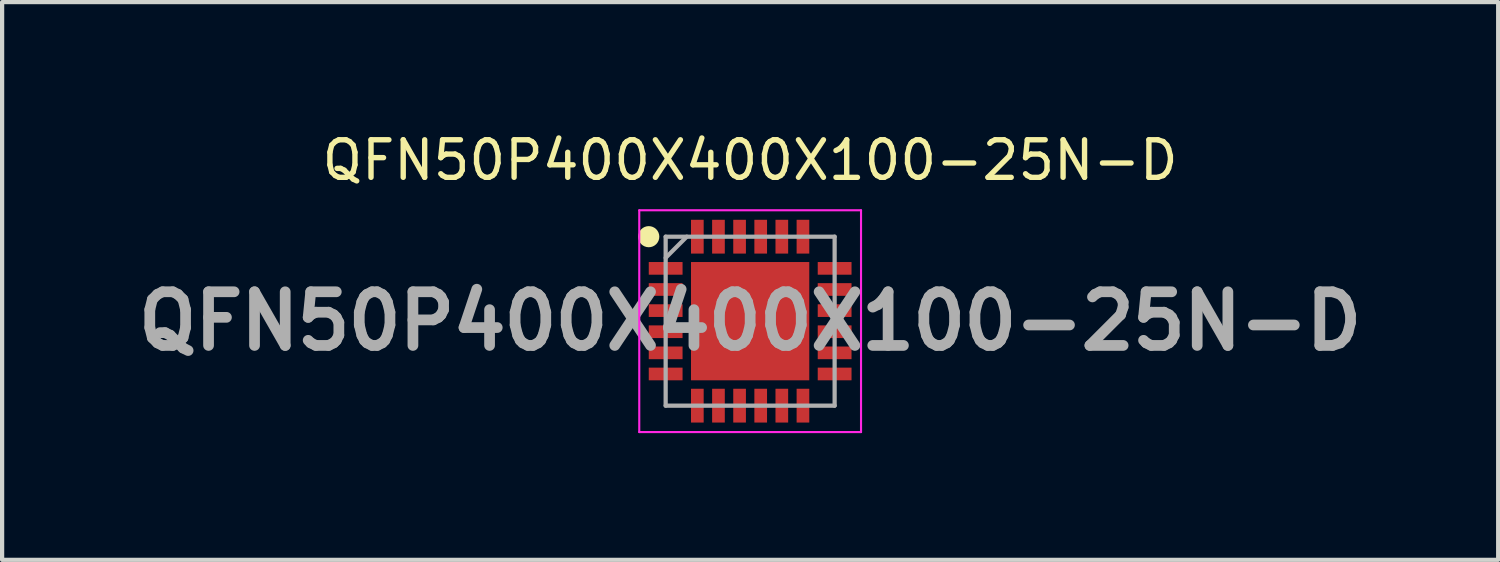
<source format=kicad_pcb>
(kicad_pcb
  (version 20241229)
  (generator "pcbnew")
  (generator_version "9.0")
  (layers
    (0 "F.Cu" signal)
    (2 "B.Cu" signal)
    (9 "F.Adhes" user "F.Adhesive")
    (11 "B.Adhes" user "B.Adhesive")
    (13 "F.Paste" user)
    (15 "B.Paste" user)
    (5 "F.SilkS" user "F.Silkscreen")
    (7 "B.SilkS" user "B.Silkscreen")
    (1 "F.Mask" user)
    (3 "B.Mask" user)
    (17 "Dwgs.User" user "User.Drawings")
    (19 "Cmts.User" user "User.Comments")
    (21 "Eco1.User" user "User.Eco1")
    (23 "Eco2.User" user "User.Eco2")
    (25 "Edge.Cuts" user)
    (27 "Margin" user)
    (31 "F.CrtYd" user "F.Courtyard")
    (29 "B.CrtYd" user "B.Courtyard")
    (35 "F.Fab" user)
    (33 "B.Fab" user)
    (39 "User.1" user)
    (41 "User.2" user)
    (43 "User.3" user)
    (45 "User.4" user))
  (footprint "QFN50P400X400X100-25N-D"
    (layer "F.Cu")
    (at 14.708 4.553)
    (property "Reference" "QFN50P400X400X100-25N-D" (at 0 -3.81 0) (layer "F.SilkS") (effects (font (size 0.889 0.889) (thickness 0.127))))
    (attr smd)
    (fp_circle (center -2.4 -2) (end -2.4 -1.875) (stroke (width 0.25) (type solid)) (fill no) (layer "F.SilkS"))
    (fp_line (start -2.625 -2.625) (end 2.625 -2.625) (stroke (width 0.05) (type solid)) (layer "F.CrtYd"))
    (fp_line (start -2.625 2.625) (end -2.625 -2.625) (stroke (width 0.05) (type solid)) (layer "F.CrtYd"))
    (fp_line (start 2.625 -2.625) (end 2.625 2.625) (stroke (width 0.05) (type solid)) (layer "F.CrtYd"))
    (fp_line (start 2.625 2.625) (end -2.625 2.625) (stroke (width 0.05) (type solid)) (layer "F.CrtYd"))
    (fp_line (start -2 -2) (end 2 -2) (stroke (width 0.1) (type solid)) (layer "F.Fab"))
    (fp_line (start -2 -1.5) (end -1.5 -2) (stroke (width 0.1) (type solid)) (layer "F.Fab"))
    (fp_line (start -2 2) (end -2 -2) (stroke (width 0.1) (type solid)) (layer "F.Fab"))
    (fp_line (start 2 -2) (end 2 2) (stroke (width 0.1) (type solid)) (layer "F.Fab"))
    (fp_line (start 2 2) (end -2 2) (stroke (width 0.1) (type solid)) (layer "F.Fab"))
    (fp_text user "${REFERENCE}" (at 0 0 0) (layer "F.Fab") (effects (font (size 1.27 1.27) (thickness 0.254))))
    (pad "1" smd rect (at -2 -1.25 90) (size 0.3 0.8) (layers "F.Cu" "F.Mask" "F.Paste"))
    (pad "2" smd rect (at -2 -0.75 90) (size 0.3 0.8) (layers "F.Cu" "F.Mask" "F.Paste"))
    (pad "3" smd rect (at -2 -0.25 90) (size 0.3 0.8) (layers "F.Cu" "F.Mask" "F.Paste"))
    (pad "4" smd rect (at -2 0.25 90) (size 0.3 0.8) (layers "F.Cu" "F.Mask" "F.Paste"))
    (pad "5" smd rect (at -2 0.75 90) (size 0.3 0.8) (layers "F.Cu" "F.Mask" "F.Paste"))
    (pad "6" smd rect (at -2 1.25 90) (size 0.3 0.8) (layers "F.Cu" "F.Mask" "F.Paste"))
    (pad "7" smd rect (at -1.25 2) (size 0.3 0.8) (layers "F.Cu" "F.Mask" "F.Paste"))
    (pad "8" smd rect (at -0.75 2) (size 0.3 0.8) (layers "F.Cu" "F.Mask" "F.Paste"))
    (pad "9" smd rect (at -0.25 2) (size 0.3 0.8) (layers "F.Cu" "F.Mask" "F.Paste"))
    (pad "10" smd rect (at 0.25 2) (size 0.3 0.8) (layers "F.Cu" "F.Mask" "F.Paste"))
    (pad "11" smd rect (at 0.75 2) (size 0.3 0.8) (layers "F.Cu" "F.Mask" "F.Paste"))
    (pad "12" smd rect (at 1.25 2) (size 0.3 0.8) (layers "F.Cu" "F.Mask" "F.Paste"))
    (pad "13" smd rect (at 2 1.25 90) (size 0.3 0.8) (layers "F.Cu" "F.Mask" "F.Paste"))
    (pad "14" smd rect (at 2 0.75 90) (size 0.3 0.8) (layers "F.Cu" "F.Mask" "F.Paste"))
    (pad "15" smd rect (at 2 0.25 90) (size 0.3 0.8) (layers "F.Cu" "F.Mask" "F.Paste"))
    (pad "16" smd rect (at 2 -0.25 90) (size 0.3 0.8) (layers "F.Cu" "F.Mask" "F.Paste"))
    (pad "17" smd rect (at 2 -0.75 90) (size 0.3 0.8) (layers "F.Cu" "F.Mask" "F.Paste"))
    (pad "18" smd rect (at 2 -1.25 90) (size 0.3 0.8) (layers "F.Cu" "F.Mask" "F.Paste"))
    (pad "19" smd rect (at 1.25 -2) (size 0.3 0.8) (layers "F.Cu" "F.Mask" "F.Paste"))
    (pad "20" smd rect (at 0.75 -2) (size 0.3 0.8) (layers "F.Cu" "F.Mask" "F.Paste"))
    (pad "21" smd rect (at 0.25 -2) (size 0.3 0.8) (layers "F.Cu" "F.Mask" "F.Paste"))
    (pad "22" smd rect (at -0.25 -2) (size 0.3 0.8) (layers "F.Cu" "F.Mask" "F.Paste"))
    (pad "23" smd rect (at -0.75 -2) (size 0.3 0.8) (layers "F.Cu" "F.Mask" "F.Paste"))
    (pad "24" smd rect (at -1.25 -2) (size 0.3 0.8) (layers "F.Cu" "F.Mask" "F.Paste"))
    (pad "25" smd rect (at 0 0) (size 2.8 2.8) (layers "F.Cu" "F.Mask" "F.Paste")))
  (gr_rect
    (start -3 -3)
    (end 32.416 10.203)
    (stroke (width 0.1) (type default))
    (fill no)
    (layer "Edge.Cuts")))
</source>
